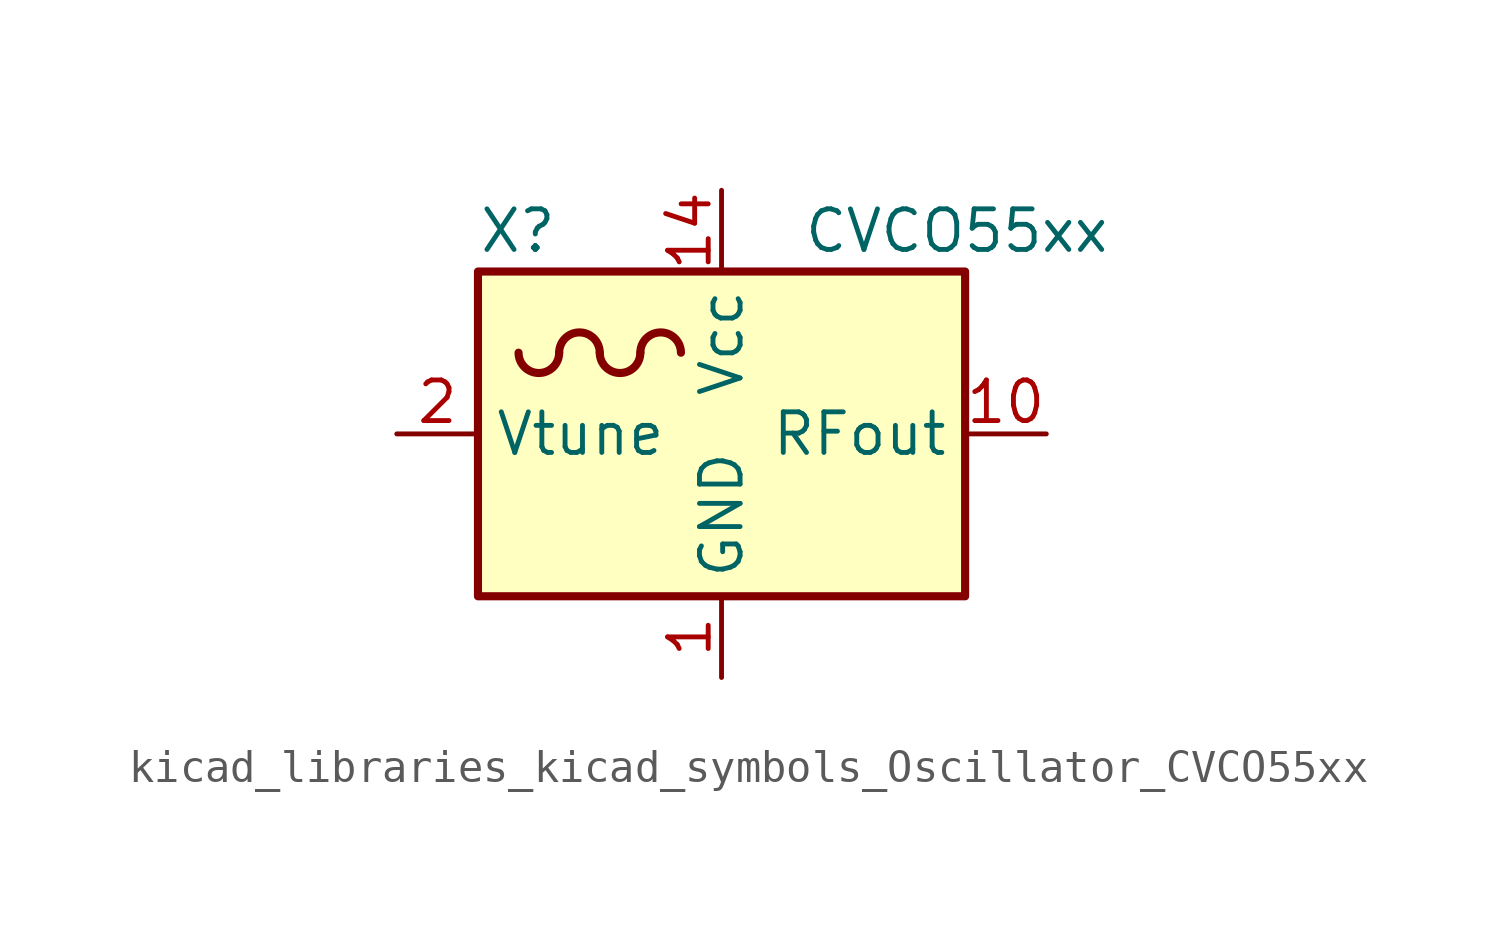
<source format=kicad_sym>
(kicad_symbol_lib
  (version 20220914)
  (generator kicad_symbol_editor)
  (symbol "kicad_libraries_kicad_symbols_Oscillator_CVCO55xx"
    (property "Reference" "X"
      (at -7.62 6.35 0)
      (effects (font (size 1.27 1.27)) (justify left)))
    (property "Value" "CVCO55xx"
      (at 2.54 6.35 0)
      (effects (font (size 1.27 1.27)) (justify left)))
    (symbol "kicad_libraries_kicad_symbols_Oscillator_CVCO55xx_0_0"
      (pin passive line (at 0 -7.62 90) (length 2.54) hide (name "GND" (effects (font (size 1.27 1.27)))) (number "15" (effects (font (size 1.27 1.27)))))
      (pin passive line (at 0 -7.62 90) (length 2.54) hide (name "GND" (effects (font (size 1.27 1.27)))) (number "16" (effects (font (size 1.27 1.27))))))
    (symbol "kicad_libraries_kicad_symbols_Oscillator_CVCO55xx_0_1"
      (rectangle (start -7.62 5.08) (end 7.62 -5.08) (stroke (width 0.254) (type default)) (fill (type background)))
      (arc (start -6.35 2.54) (mid -5.715 1.9077) (end -5.08 2.54) (stroke (width 0.254) (type default)) (fill (type none)))
      (arc (start -3.81 2.54) (mid -4.445 3.1723) (end -5.08 2.54) (stroke (width 0.254) (type default)) (fill (type none)))
      (arc (start -3.81 2.54) (mid -3.175 1.9077) (end -2.54 2.54) (stroke (width 0.254) (type default)) (fill (type none)))
      (arc (start -1.27 2.54) (mid -1.905 3.1723) (end -2.54 2.54) (stroke (width 0.254) (type default)) (fill (type none))))
    (symbol "kicad_libraries_kicad_symbols_Oscillator_CVCO55xx_1_1"
      (pin power_in line (at 0 -7.62 90) (length 2.54) (name "GND" (effects (font (size 1.27 1.27)))) (number "1" (effects (font (size 1.27 1.27)))))
      (pin output line (at 10.16 0 180) (length 2.54) (name "RFout" (effects (font (size 1.27 1.27)))) (number "10" (effects (font (size 1.27 1.27)))))
      (pin passive line (at 0 -7.62 90) (length 2.54) hide (name "GND" (effects (font (size 1.27 1.27)))) (number "11" (effects (font (size 1.27 1.27)))))
      (pin passive line (at 0 -7.62 90) (length 2.54) hide (name "GND" (effects (font (size 1.27 1.27)))) (number "12" (effects (font (size 1.27 1.27)))))
      (pin passive line (at 0 -7.62 90) (length 2.54) hide (name "GND" (effects (font (size 1.27 1.27)))) (number "13" (effects (font (size 1.27 1.27)))))
      (pin power_in line (at 0 7.62 270) (length 2.54) (name "Vcc" (effects (font (size 1.27 1.27)))) (number "14" (effects (font (size 1.27 1.27)))))
      (pin passive line (at -10.16 0 0) (length 2.54) (name "Vtune" (effects (font (size 1.27 1.27)))) (number "2" (effects (font (size 1.27 1.27)))))
      (pin passive line (at 0 -7.62 90) (length 2.54) hide (name "GND" (effects (font (size 1.27 1.27)))) (number "3" (effects (font (size 1.27 1.27)))))
      (pin passive line (at 0 -7.62 90) (length 2.54) hide (name "GND" (effects (font (size 1.27 1.27)))) (number "4" (effects (font (size 1.27 1.27)))))
      (pin passive line (at 0 -7.62 90) (length 2.54) hide (name "GND" (effects (font (size 1.27 1.27)))) (number "5" (effects (font (size 1.27 1.27)))))
      (pin passive line (at 0 -7.62 90) (length 2.54) hide (name "GND" (effects (font (size 1.27 1.27)))) (number "6" (effects (font (size 1.27 1.27)))))
      (pin passive line (at 0 -7.62 90) (length 2.54) hide (name "GND" (effects (font (size 1.27 1.27)))) (number "7" (effects (font (size 1.27 1.27)))))
      (pin passive line (at 0 -7.62 90) (length 2.54) hide (name "GND" (effects (font (size 1.27 1.27)))) (number "8" (effects (font (size 1.27 1.27)))))
      (pin passive line (at 0 -7.62 90) (length 2.54) hide (name "GND" (effects (font (size 1.27 1.27)))) (number "9" (effects (font (size 1.27 1.27))))))))
</source>
